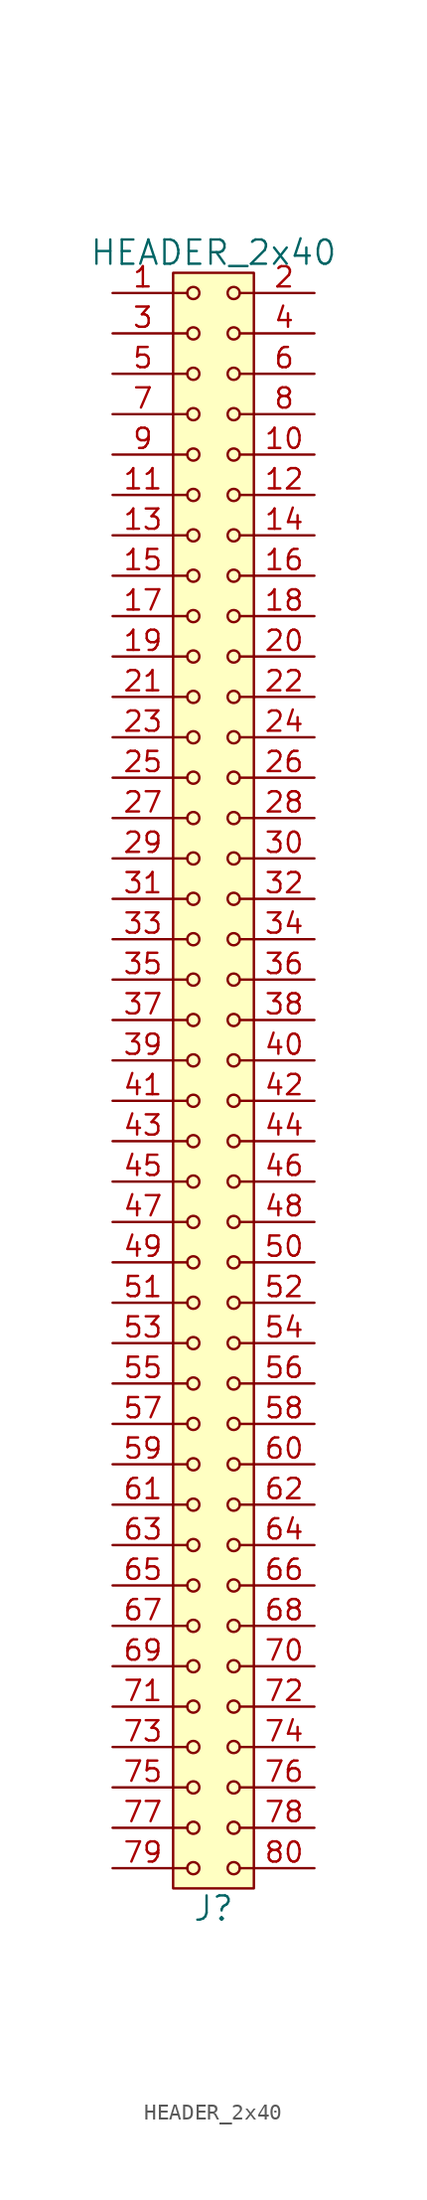
<source format=kicad_sym>
(kicad_symbol_lib
  (version 20211014)
  (generator kicad_symbol_editor)
  (symbol "HEADER_2x40"
    (pin_names
      (offset 1.016))
    (property "Reference" "J"
      (at 0 -52.07 0)
      (effects (font (size 1.524 1.524))))
    (property "Value" "HEADER_2x40"
      (at 0 52.07 0)
      (effects (font (size 1.524 1.524))))
    (property "Footprint" ""
      (at 0 49.53 0)
      (effects (font (size 1.524 1.524))))
    (property "Datasheet" ""
      (at 0 49.53 0)
      (effects (font (size 1.524 1.524))))
    (symbol "HEADER_2x40_0_1"
      (rectangle (start -2.54 50.8) (end 2.54 -50.8) (stroke (width 0) (type default) (color 0 0 0 0)) (fill (type background)))
      (circle (center -1.27 -49.53) (radius 0.381) (stroke (width 0) (type default) (color 0 0 0 0)) (fill (type none)))
      (circle (center -1.27 -46.99) (radius 0.381) (stroke (width 0) (type default) (color 0 0 0 0)) (fill (type none)))
      (circle (center -1.27 -44.45) (radius 0.381) (stroke (width 0) (type default) (color 0 0 0 0)) (fill (type none)))
      (circle (center -1.27 -41.91) (radius 0.381) (stroke (width 0) (type default) (color 0 0 0 0)) (fill (type none)))
      (circle (center -1.27 -39.37) (radius 0.381) (stroke (width 0) (type default) (color 0 0 0 0)) (fill (type none)))
      (circle (center -1.27 -36.83) (radius 0.381) (stroke (width 0) (type default) (color 0 0 0 0)) (fill (type none)))
      (circle (center -1.27 -34.29) (radius 0.381) (stroke (width 0) (type default) (color 0 0 0 0)) (fill (type none)))
      (circle (center -1.27 -31.75) (radius 0.381) (stroke (width 0) (type default) (color 0 0 0 0)) (fill (type none)))
      (circle (center -1.27 -29.21) (radius 0.381) (stroke (width 0) (type default) (color 0 0 0 0)) (fill (type none)))
      (circle (center -1.27 -26.67) (radius 0.381) (stroke (width 0) (type default) (color 0 0 0 0)) (fill (type none)))
      (circle (center -1.27 -24.13) (radius 0.381) (stroke (width 0) (type default) (color 0 0 0 0)) (fill (type none)))
      (circle (center -1.27 -21.59) (radius 0.381) (stroke (width 0) (type default) (color 0 0 0 0)) (fill (type none)))
      (circle (center -1.27 -19.05) (radius 0.381) (stroke (width 0) (type default) (color 0 0 0 0)) (fill (type none)))
      (circle (center -1.27 -16.51) (radius 0.381) (stroke (width 0) (type default) (color 0 0 0 0)) (fill (type none)))
      (circle (center -1.27 -13.97) (radius 0.381) (stroke (width 0) (type default) (color 0 0 0 0)) (fill (type none)))
      (circle (center -1.27 -11.43) (radius 0.381) (stroke (width 0) (type default) (color 0 0 0 0)) (fill (type none)))
      (circle (center -1.27 -8.89) (radius 0.381) (stroke (width 0) (type default) (color 0 0 0 0)) (fill (type none)))
      (circle (center -1.27 -6.35) (radius 0.381) (stroke (width 0) (type default) (color 0 0 0 0)) (fill (type none)))
      (circle (center -1.27 -3.81) (radius 0.381) (stroke (width 0) (type default) (color 0 0 0 0)) (fill (type none)))
      (circle (center -1.27 -1.27) (radius 0.381) (stroke (width 0) (type default) (color 0 0 0 0)) (fill (type none)))
      (circle (center -1.27 1.27) (radius 0.381) (stroke (width 0) (type default) (color 0 0 0 0)) (fill (type none)))
      (circle (center -1.27 3.81) (radius 0.381) (stroke (width 0) (type default) (color 0 0 0 0)) (fill (type none)))
      (circle (center -1.27 6.35) (radius 0.381) (stroke (width 0) (type default) (color 0 0 0 0)) (fill (type none)))
      (circle (center -1.27 8.89) (radius 0.381) (stroke (width 0) (type default) (color 0 0 0 0)) (fill (type none)))
      (circle (center -1.27 11.43) (radius 0.381) (stroke (width 0) (type default) (color 0 0 0 0)) (fill (type none)))
      (circle (center -1.27 13.97) (radius 0.381) (stroke (width 0) (type default) (color 0 0 0 0)) (fill (type none)))
      (circle (center -1.27 16.51) (radius 0.381) (stroke (width 0) (type default) (color 0 0 0 0)) (fill (type none)))
      (circle (center -1.27 19.05) (radius 0.381) (stroke (width 0) (type default) (color 0 0 0 0)) (fill (type none)))
      (circle (center -1.27 21.59) (radius 0.381) (stroke (width 0) (type default) (color 0 0 0 0)) (fill (type none)))
      (circle (center -1.27 24.13) (radius 0.381) (stroke (width 0) (type default) (color 0 0 0 0)) (fill (type none)))
      (circle (center -1.27 26.67) (radius 0.381) (stroke (width 0) (type default) (color 0 0 0 0)) (fill (type none)))
      (circle (center -1.27 29.21) (radius 0.381) (stroke (width 0) (type default) (color 0 0 0 0)) (fill (type none)))
      (circle (center -1.27 31.75) (radius 0.381) (stroke (width 0) (type default) (color 0 0 0 0)) (fill (type none)))
      (circle (center -1.27 34.29) (radius 0.381) (stroke (width 0) (type default) (color 0 0 0 0)) (fill (type none)))
      (circle (center -1.27 36.83) (radius 0.381) (stroke (width 0) (type default) (color 0 0 0 0)) (fill (type none)))
      (circle (center -1.27 39.37) (radius 0.381) (stroke (width 0) (type default) (color 0 0 0 0)) (fill (type none)))
      (circle (center -1.27 41.91) (radius 0.381) (stroke (width 0) (type default) (color 0 0 0 0)) (fill (type none)))
      (circle (center -1.27 44.45) (radius 0.381) (stroke (width 0) (type default) (color 0 0 0 0)) (fill (type none)))
      (circle (center -1.27 46.99) (radius 0.381) (stroke (width 0) (type default) (color 0 0 0 0)) (fill (type none)))
      (circle (center -1.27 49.53) (radius 0.381) (stroke (width 0) (type default) (color 0 0 0 0)) (fill (type none)))
      (polyline (pts (xy -1.651 -49.53) (xy -2.54 -49.53)) (stroke (width 0) (type default) (color 0 0 0 0)) (fill (type none)))
      (polyline (pts (xy -1.651 -46.99) (xy -2.54 -46.99)) (stroke (width 0) (type default) (color 0 0 0 0)) (fill (type none)))
      (polyline (pts (xy -1.651 -44.45) (xy -2.54 -44.45)) (stroke (width 0) (type default) (color 0 0 0 0)) (fill (type none)))
      (polyline (pts (xy -1.651 -41.91) (xy -2.54 -41.91)) (stroke (width 0) (type default) (color 0 0 0 0)) (fill (type none)))
      (polyline (pts (xy -1.651 -39.37) (xy -2.54 -39.37)) (stroke (width 0) (type default) (color 0 0 0 0)) (fill (type none)))
      (polyline (pts (xy -1.651 -36.83) (xy -2.54 -36.83)) (stroke (width 0) (type default) (color 0 0 0 0)) (fill (type none)))
      (polyline (pts (xy -1.651 -34.29) (xy -2.54 -34.29)) (stroke (width 0) (type default) (color 0 0 0 0)) (fill (type none)))
      (polyline (pts (xy -1.651 -31.75) (xy -2.54 -31.75)) (stroke (width 0) (type default) (color 0 0 0 0)) (fill (type none)))
      (polyline (pts (xy -1.651 -29.21) (xy -2.54 -29.21)) (stroke (width 0) (type default) (color 0 0 0 0)) (fill (type none)))
      (polyline (pts (xy -1.651 -26.67) (xy -2.54 -26.67)) (stroke (width 0) (type default) (color 0 0 0 0)) (fill (type none)))
      (polyline (pts (xy -1.651 -24.13) (xy -2.54 -24.13)) (stroke (width 0) (type default) (color 0 0 0 0)) (fill (type none)))
      (polyline (pts (xy -1.651 -21.59) (xy -2.54 -21.59)) (stroke (width 0) (type default) (color 0 0 0 0)) (fill (type none)))
      (polyline (pts (xy -1.651 -19.05) (xy -2.54 -19.05)) (stroke (width 0) (type default) (color 0 0 0 0)) (fill (type none)))
      (polyline (pts (xy -1.651 -16.51) (xy -2.54 -16.51)) (stroke (width 0) (type default) (color 0 0 0 0)) (fill (type none)))
      (polyline (pts (xy -1.651 -13.97) (xy -2.54 -13.97)) (stroke (width 0) (type default) (color 0 0 0 0)) (fill (type none)))
      (polyline (pts (xy -1.651 -11.43) (xy -2.54 -11.43)) (stroke (width 0) (type default) (color 0 0 0 0)) (fill (type none)))
      (polyline (pts (xy -1.651 -8.89) (xy -2.54 -8.89)) (stroke (width 0) (type default) (color 0 0 0 0)) (fill (type none)))
      (polyline (pts (xy -1.651 -6.35) (xy -2.54 -6.35)) (stroke (width 0) (type default) (color 0 0 0 0)) (fill (type none)))
      (polyline (pts (xy -1.651 -3.81) (xy -2.54 -3.81)) (stroke (width 0) (type default) (color 0 0 0 0)) (fill (type none)))
      (polyline (pts (xy -1.651 -1.27) (xy -2.54 -1.27)) (stroke (width 0) (type default) (color 0 0 0 0)) (fill (type none)))
      (polyline (pts (xy -1.651 1.27) (xy -2.54 1.27)) (stroke (width 0) (type default) (color 0 0 0 0)) (fill (type none)))
      (polyline (pts (xy -1.651 3.81) (xy -2.54 3.81)) (stroke (width 0) (type default) (color 0 0 0 0)) (fill (type none)))
      (polyline (pts (xy -1.651 6.35) (xy -2.54 6.35)) (stroke (width 0) (type default) (color 0 0 0 0)) (fill (type none)))
      (polyline (pts (xy -1.651 8.89) (xy -2.54 8.89)) (stroke (width 0) (type default) (color 0 0 0 0)) (fill (type none)))
      (polyline (pts (xy -1.651 11.43) (xy -2.54 11.43)) (stroke (width 0) (type default) (color 0 0 0 0)) (fill (type none)))
      (polyline (pts (xy -1.651 13.97) (xy -2.54 13.97)) (stroke (width 0) (type default) (color 0 0 0 0)) (fill (type none)))
      (polyline (pts (xy -1.651 16.51) (xy -2.54 16.51)) (stroke (width 0) (type default) (color 0 0 0 0)) (fill (type none)))
      (polyline (pts (xy -1.651 19.05) (xy -2.54 19.05)) (stroke (width 0) (type default) (color 0 0 0 0)) (fill (type none)))
      (polyline (pts (xy -1.651 21.59) (xy -2.54 21.59)) (stroke (width 0) (type default) (color 0 0 0 0)) (fill (type none)))
      (polyline (pts (xy -1.651 24.13) (xy -2.54 24.13)) (stroke (width 0) (type default) (color 0 0 0 0)) (fill (type none)))
      (polyline (pts (xy -1.651 26.67) (xy -2.54 26.67)) (stroke (width 0) (type default) (color 0 0 0 0)) (fill (type none)))
      (polyline (pts (xy -1.651 29.21) (xy -2.54 29.21)) (stroke (width 0) (type default) (color 0 0 0 0)) (fill (type none)))
      (polyline (pts (xy -1.651 31.75) (xy -2.54 31.75)) (stroke (width 0) (type default) (color 0 0 0 0)) (fill (type none)))
      (polyline (pts (xy -1.651 34.29) (xy -2.54 34.29)) (stroke (width 0) (type default) (color 0 0 0 0)) (fill (type none)))
      (polyline (pts (xy -1.651 36.83) (xy -2.54 36.83)) (stroke (width 0) (type default) (color 0 0 0 0)) (fill (type none)))
      (polyline (pts (xy -1.651 39.37) (xy -2.54 39.37)) (stroke (width 0) (type default) (color 0 0 0 0)) (fill (type none)))
      (polyline (pts (xy -1.651 41.91) (xy -2.54 41.91)) (stroke (width 0) (type default) (color 0 0 0 0)) (fill (type none)))
      (polyline (pts (xy -1.651 44.45) (xy -2.54 44.45)) (stroke (width 0) (type default) (color 0 0 0 0)) (fill (type none)))
      (polyline (pts (xy -1.651 46.99) (xy -2.54 46.99)) (stroke (width 0) (type default) (color 0 0 0 0)) (fill (type none)))
      (polyline (pts (xy -1.651 49.53) (xy -2.54 49.53)) (stroke (width 0) (type default) (color 0 0 0 0)) (fill (type none)))
      (polyline (pts (xy 1.651 -49.53) (xy 2.54 -49.53)) (stroke (width 0) (type default) (color 0 0 0 0)) (fill (type none)))
      (polyline (pts (xy 1.651 -46.99) (xy 2.54 -46.99)) (stroke (width 0) (type default) (color 0 0 0 0)) (fill (type none)))
      (polyline (pts (xy 1.651 -44.45) (xy 2.54 -44.45)) (stroke (width 0) (type default) (color 0 0 0 0)) (fill (type none)))
      (polyline (pts (xy 1.651 -41.91) (xy 2.54 -41.91)) (stroke (width 0) (type default) (color 0 0 0 0)) (fill (type none)))
      (polyline (pts (xy 1.651 -39.37) (xy 2.54 -39.37)) (stroke (width 0) (type default) (color 0 0 0 0)) (fill (type none)))
      (polyline (pts (xy 1.651 -36.83) (xy 2.54 -36.83)) (stroke (width 0) (type default) (color 0 0 0 0)) (fill (type none)))
      (polyline (pts (xy 1.651 -34.29) (xy 2.54 -34.29)) (stroke (width 0) (type default) (color 0 0 0 0)) (fill (type none)))
      (polyline (pts (xy 1.651 -31.75) (xy 2.54 -31.75)) (stroke (width 0) (type default) (color 0 0 0 0)) (fill (type none)))
      (polyline (pts (xy 1.651 -29.21) (xy 2.54 -29.21)) (stroke (width 0) (type default) (color 0 0 0 0)) (fill (type none)))
      (polyline (pts (xy 1.651 -26.67) (xy 2.54 -26.67)) (stroke (width 0) (type default) (color 0 0 0 0)) (fill (type none)))
      (polyline (pts (xy 1.651 -24.13) (xy 2.54 -24.13)) (stroke (width 0) (type default) (color 0 0 0 0)) (fill (type none)))
      (polyline (pts (xy 1.651 -21.59) (xy 2.54 -21.59)) (stroke (width 0) (type default) (color 0 0 0 0)) (fill (type none)))
      (polyline (pts (xy 1.651 -19.05) (xy 2.54 -19.05)) (stroke (width 0) (type default) (color 0 0 0 0)) (fill (type none)))
      (polyline (pts (xy 1.651 -16.51) (xy 2.54 -16.51)) (stroke (width 0) (type default) (color 0 0 0 0)) (fill (type none)))
      (polyline (pts (xy 1.651 -13.97) (xy 2.54 -13.97)) (stroke (width 0) (type default) (color 0 0 0 0)) (fill (type none)))
      (polyline (pts (xy 1.651 -11.43) (xy 2.54 -11.43)) (stroke (width 0) (type default) (color 0 0 0 0)) (fill (type none)))
      (polyline (pts (xy 1.651 -8.89) (xy 2.54 -8.89)) (stroke (width 0) (type default) (color 0 0 0 0)) (fill (type none)))
      (polyline (pts (xy 1.651 -6.35) (xy 2.54 -6.35)) (stroke (width 0) (type default) (color 0 0 0 0)) (fill (type none)))
      (polyline (pts (xy 1.651 -3.81) (xy 2.54 -3.81)) (stroke (width 0) (type default) (color 0 0 0 0)) (fill (type none)))
      (polyline (pts (xy 1.651 -1.27) (xy 2.54 -1.27)) (stroke (width 0) (type default) (color 0 0 0 0)) (fill (type none)))
      (polyline (pts (xy 1.651 1.27) (xy 2.54 1.27)) (stroke (width 0) (type default) (color 0 0 0 0)) (fill (type none)))
      (polyline (pts (xy 1.651 3.81) (xy 2.54 3.81)) (stroke (width 0) (type default) (color 0 0 0 0)) (fill (type none)))
      (polyline (pts (xy 1.651 6.35) (xy 2.54 6.35)) (stroke (width 0) (type default) (color 0 0 0 0)) (fill (type none)))
      (polyline (pts (xy 1.651 8.89) (xy 2.54 8.89)) (stroke (width 0) (type default) (color 0 0 0 0)) (fill (type none)))
      (polyline (pts (xy 1.651 11.43) (xy 2.54 11.43)) (stroke (width 0) (type default) (color 0 0 0 0)) (fill (type none)))
      (polyline (pts (xy 1.651 13.97) (xy 2.54 13.97)) (stroke (width 0) (type default) (color 0 0 0 0)) (fill (type none)))
      (polyline (pts (xy 1.651 16.51) (xy 2.54 16.51)) (stroke (width 0) (type default) (color 0 0 0 0)) (fill (type none)))
      (polyline (pts (xy 1.651 19.05) (xy 2.54 19.05)) (stroke (width 0) (type default) (color 0 0 0 0)) (fill (type none)))
      (polyline (pts (xy 1.651 21.59) (xy 2.54 21.59)) (stroke (width 0) (type default) (color 0 0 0 0)) (fill (type none)))
      (polyline (pts (xy 1.651 24.13) (xy 2.54 24.13)) (stroke (width 0) (type default) (color 0 0 0 0)) (fill (type none)))
      (polyline (pts (xy 1.651 26.67) (xy 2.54 26.67)) (stroke (width 0) (type default) (color 0 0 0 0)) (fill (type none)))
      (polyline (pts (xy 1.651 29.21) (xy 2.54 29.21)) (stroke (width 0) (type default) (color 0 0 0 0)) (fill (type none)))
      (polyline (pts (xy 1.651 31.75) (xy 2.54 31.75)) (stroke (width 0) (type default) (color 0 0 0 0)) (fill (type none)))
      (polyline (pts (xy 1.651 34.29) (xy 2.54 34.29)) (stroke (width 0) (type default) (color 0 0 0 0)) (fill (type none)))
      (polyline (pts (xy 1.651 36.83) (xy 2.54 36.83)) (stroke (width 0) (type default) (color 0 0 0 0)) (fill (type none)))
      (polyline (pts (xy 1.651 39.37) (xy 2.54 39.37)) (stroke (width 0) (type default) (color 0 0 0 0)) (fill (type none)))
      (polyline (pts (xy 1.651 41.91) (xy 2.54 41.91)) (stroke (width 0) (type default) (color 0 0 0 0)) (fill (type none)))
      (polyline (pts (xy 1.651 44.45) (xy 2.54 44.45)) (stroke (width 0) (type default) (color 0 0 0 0)) (fill (type none)))
      (polyline (pts (xy 1.651 46.99) (xy 2.54 46.99)) (stroke (width 0) (type default) (color 0 0 0 0)) (fill (type none)))
      (polyline (pts (xy 1.651 49.53) (xy 2.54 49.53)) (stroke (width 0) (type default) (color 0 0 0 0)) (fill (type none)))
      (circle (center 1.27 -49.53) (radius 0.381) (stroke (width 0) (type default) (color 0 0 0 0)) (fill (type none)))
      (circle (center 1.27 -46.99) (radius 0.381) (stroke (width 0) (type default) (color 0 0 0 0)) (fill (type none)))
      (circle (center 1.27 -44.45) (radius 0.381) (stroke (width 0) (type default) (color 0 0 0 0)) (fill (type none)))
      (circle (center 1.27 -41.91) (radius 0.381) (stroke (width 0) (type default) (color 0 0 0 0)) (fill (type none)))
      (circle (center 1.27 -39.37) (radius 0.381) (stroke (width 0) (type default) (color 0 0 0 0)) (fill (type none)))
      (circle (center 1.27 -36.83) (radius 0.381) (stroke (width 0) (type default) (color 0 0 0 0)) (fill (type none)))
      (circle (center 1.27 -34.29) (radius 0.381) (stroke (width 0) (type default) (color 0 0 0 0)) (fill (type none)))
      (circle (center 1.27 -31.75) (radius 0.381) (stroke (width 0) (type default) (color 0 0 0 0)) (fill (type none)))
      (circle (center 1.27 -29.21) (radius 0.381) (stroke (width 0) (type default) (color 0 0 0 0)) (fill (type none)))
      (circle (center 1.27 -26.67) (radius 0.381) (stroke (width 0) (type default) (color 0 0 0 0)) (fill (type none)))
      (circle (center 1.27 -24.13) (radius 0.381) (stroke (width 0) (type default) (color 0 0 0 0)) (fill (type none)))
      (circle (center 1.27 -21.59) (radius 0.381) (stroke (width 0) (type default) (color 0 0 0 0)) (fill (type none)))
      (circle (center 1.27 -19.05) (radius 0.381) (stroke (width 0) (type default) (color 0 0 0 0)) (fill (type none)))
      (circle (center 1.27 -16.51) (radius 0.381) (stroke (width 0) (type default) (color 0 0 0 0)) (fill (type none)))
      (circle (center 1.27 -13.97) (radius 0.381) (stroke (width 0) (type default) (color 0 0 0 0)) (fill (type none)))
      (circle (center 1.27 -11.43) (radius 0.381) (stroke (width 0) (type default) (color 0 0 0 0)) (fill (type none)))
      (circle (center 1.27 -8.89) (radius 0.381) (stroke (width 0) (type default) (color 0 0 0 0)) (fill (type none)))
      (circle (center 1.27 -6.35) (radius 0.381) (stroke (width 0) (type default) (color 0 0 0 0)) (fill (type none)))
      (circle (center 1.27 -3.81) (radius 0.381) (stroke (width 0) (type default) (color 0 0 0 0)) (fill (type none)))
      (circle (center 1.27 -1.27) (radius 0.381) (stroke (width 0) (type default) (color 0 0 0 0)) (fill (type none)))
      (circle (center 1.27 1.27) (radius 0.381) (stroke (width 0) (type default) (color 0 0 0 0)) (fill (type none)))
      (circle (center 1.27 3.81) (radius 0.381) (stroke (width 0) (type default) (color 0 0 0 0)) (fill (type none)))
      (circle (center 1.27 6.35) (radius 0.381) (stroke (width 0) (type default) (color 0 0 0 0)) (fill (type none)))
      (circle (center 1.27 8.89) (radius 0.381) (stroke (width 0) (type default) (color 0 0 0 0)) (fill (type none)))
      (circle (center 1.27 11.43) (radius 0.381) (stroke (width 0) (type default) (color 0 0 0 0)) (fill (type none)))
      (circle (center 1.27 13.97) (radius 0.381) (stroke (width 0) (type default) (color 0 0 0 0)) (fill (type none)))
      (circle (center 1.27 16.51) (radius 0.381) (stroke (width 0) (type default) (color 0 0 0 0)) (fill (type none)))
      (circle (center 1.27 19.05) (radius 0.381) (stroke (width 0) (type default) (color 0 0 0 0)) (fill (type none)))
      (circle (center 1.27 21.59) (radius 0.381) (stroke (width 0) (type default) (color 0 0 0 0)) (fill (type none)))
      (circle (center 1.27 24.13) (radius 0.381) (stroke (width 0) (type default) (color 0 0 0 0)) (fill (type none)))
      (circle (center 1.27 26.67) (radius 0.381) (stroke (width 0) (type default) (color 0 0 0 0)) (fill (type none)))
      (circle (center 1.27 29.21) (radius 0.381) (stroke (width 0) (type default) (color 0 0 0 0)) (fill (type none)))
      (circle (center 1.27 31.75) (radius 0.381) (stroke (width 0) (type default) (color 0 0 0 0)) (fill (type none)))
      (circle (center 1.27 34.29) (radius 0.381) (stroke (width 0) (type default) (color 0 0 0 0)) (fill (type none)))
      (circle (center 1.27 36.83) (radius 0.381) (stroke (width 0) (type default) (color 0 0 0 0)) (fill (type none)))
      (circle (center 1.27 39.37) (radius 0.381) (stroke (width 0) (type default) (color 0 0 0 0)) (fill (type none)))
      (circle (center 1.27 41.91) (radius 0.381) (stroke (width 0) (type default) (color 0 0 0 0)) (fill (type none)))
      (circle (center 1.27 44.45) (radius 0.381) (stroke (width 0) (type default) (color 0 0 0 0)) (fill (type none)))
      (circle (center 1.27 46.99) (radius 0.381) (stroke (width 0) (type default) (color 0 0 0 0)) (fill (type none)))
      (circle (center 1.27 49.53) (radius 0.381) (stroke (width 0) (type default) (color 0 0 0 0)) (fill (type none))))
    (symbol "HEADER_2x40_1_1"
      (pin input line (at -6.35 49.53 0) (length 3.81) (name "~" (effects (font (size 1.27 1.27)))) (number "1" (effects (font (size 1.27 1.27)))))
      (pin input line (at 6.35 39.37 180) (length 3.81) (name "~" (effects (font (size 1.27 1.27)))) (number "10" (effects (font (size 1.27 1.27)))))
      (pin input line (at -6.35 36.83 0) (length 3.81) (name "~" (effects (font (size 1.27 1.27)))) (number "11" (effects (font (size 1.27 1.27)))))
      (pin input line (at 6.35 36.83 180) (length 3.81) (name "~" (effects (font (size 1.27 1.27)))) (number "12" (effects (font (size 1.27 1.27)))))
      (pin input line (at -6.35 34.29 0) (length 3.81) (name "~" (effects (font (size 1.27 1.27)))) (number "13" (effects (font (size 1.27 1.27)))))
      (pin input line (at 6.35 34.29 180) (length 3.81) (name "~" (effects (font (size 1.27 1.27)))) (number "14" (effects (font (size 1.27 1.27)))))
      (pin input line (at -6.35 31.75 0) (length 3.81) (name "~" (effects (font (size 1.27 1.27)))) (number "15" (effects (font (size 1.27 1.27)))))
      (pin input line (at 6.35 31.75 180) (length 3.81) (name "~" (effects (font (size 1.27 1.27)))) (number "16" (effects (font (size 1.27 1.27)))))
      (pin input line (at -6.35 29.21 0) (length 3.81) (name "~" (effects (font (size 1.27 1.27)))) (number "17" (effects (font (size 1.27 1.27)))))
      (pin input line (at 6.35 29.21 180) (length 3.81) (name "~" (effects (font (size 1.27 1.27)))) (number "18" (effects (font (size 1.27 1.27)))))
      (pin input line (at -6.35 26.67 0) (length 3.81) (name "~" (effects (font (size 1.27 1.27)))) (number "19" (effects (font (size 1.27 1.27)))))
      (pin input line (at 6.35 49.53 180) (length 3.81) (name "~" (effects (font (size 1.27 1.27)))) (number "2" (effects (font (size 1.27 1.27)))))
      (pin input line (at 6.35 26.67 180) (length 3.81) (name "~" (effects (font (size 1.27 1.27)))) (number "20" (effects (font (size 1.27 1.27)))))
      (pin input line (at -6.35 24.13 0) (length 3.81) (name "~" (effects (font (size 1.27 1.27)))) (number "21" (effects (font (size 1.27 1.27)))))
      (pin input line (at 6.35 24.13 180) (length 3.81) (name "~" (effects (font (size 1.27 1.27)))) (number "22" (effects (font (size 1.27 1.27)))))
      (pin input line (at -6.35 21.59 0) (length 3.81) (name "~" (effects (font (size 1.27 1.27)))) (number "23" (effects (font (size 1.27 1.27)))))
      (pin input line (at 6.35 21.59 180) (length 3.81) (name "~" (effects (font (size 1.27 1.27)))) (number "24" (effects (font (size 1.27 1.27)))))
      (pin input line (at -6.35 19.05 0) (length 3.81) (name "~" (effects (font (size 1.27 1.27)))) (number "25" (effects (font (size 1.27 1.27)))))
      (pin input line (at 6.35 19.05 180) (length 3.81) (name "~" (effects (font (size 1.27 1.27)))) (number "26" (effects (font (size 1.27 1.27)))))
      (pin input line (at -6.35 16.51 0) (length 3.81) (name "~" (effects (font (size 1.27 1.27)))) (number "27" (effects (font (size 1.27 1.27)))))
      (pin input line (at 6.35 16.51 180) (length 3.81) (name "~" (effects (font (size 1.27 1.27)))) (number "28" (effects (font (size 1.27 1.27)))))
      (pin input line (at -6.35 13.97 0) (length 3.81) (name "~" (effects (font (size 1.27 1.27)))) (number "29" (effects (font (size 1.27 1.27)))))
      (pin input line (at -6.35 46.99 0) (length 3.81) (name "~" (effects (font (size 1.27 1.27)))) (number "3" (effects (font (size 1.27 1.27)))))
      (pin input line (at 6.35 13.97 180) (length 3.81) (name "~" (effects (font (size 1.27 1.27)))) (number "30" (effects (font (size 1.27 1.27)))))
      (pin input line (at -6.35 11.43 0) (length 3.81) (name "~" (effects (font (size 1.27 1.27)))) (number "31" (effects (font (size 1.27 1.27)))))
      (pin input line (at 6.35 11.43 180) (length 3.81) (name "~" (effects (font (size 1.27 1.27)))) (number "32" (effects (font (size 1.27 1.27)))))
      (pin input line (at -6.35 8.89 0) (length 3.81) (name "~" (effects (font (size 1.27 1.27)))) (number "33" (effects (font (size 1.27 1.27)))))
      (pin input line (at 6.35 8.89 180) (length 3.81) (name "~" (effects (font (size 1.27 1.27)))) (number "34" (effects (font (size 1.27 1.27)))))
      (pin input line (at -6.35 6.35 0) (length 3.81) (name "~" (effects (font (size 1.27 1.27)))) (number "35" (effects (font (size 1.27 1.27)))))
      (pin input line (at 6.35 6.35 180) (length 3.81) (name "~" (effects (font (size 1.27 1.27)))) (number "36" (effects (font (size 1.27 1.27)))))
      (pin input line (at -6.35 3.81 0) (length 3.81) (name "~" (effects (font (size 1.27 1.27)))) (number "37" (effects (font (size 1.27 1.27)))))
      (pin input line (at 6.35 3.81 180) (length 3.81) (name "~" (effects (font (size 1.27 1.27)))) (number "38" (effects (font (size 1.27 1.27)))))
      (pin input line (at -6.35 1.27 0) (length 3.81) (name "~" (effects (font (size 1.27 1.27)))) (number "39" (effects (font (size 1.27 1.27)))))
      (pin input line (at 6.35 46.99 180) (length 3.81) (name "~" (effects (font (size 1.27 1.27)))) (number "4" (effects (font (size 1.27 1.27)))))
      (pin input line (at 6.35 1.27 180) (length 3.81) (name "~" (effects (font (size 1.27 1.27)))) (number "40" (effects (font (size 1.27 1.27)))))
      (pin input line (at -6.35 -1.27 0) (length 3.81) (name "~" (effects (font (size 1.27 1.27)))) (number "41" (effects (font (size 1.27 1.27)))))
      (pin input line (at 6.35 -1.27 180) (length 3.81) (name "~" (effects (font (size 1.27 1.27)))) (number "42" (effects (font (size 1.27 1.27)))))
      (pin input line (at -6.35 -3.81 0) (length 3.81) (name "~" (effects (font (size 1.27 1.27)))) (number "43" (effects (font (size 1.27 1.27)))))
      (pin input line (at 6.35 -3.81 180) (length 3.81) (name "~" (effects (font (size 1.27 1.27)))) (number "44" (effects (font (size 1.27 1.27)))))
      (pin input line (at -6.35 -6.35 0) (length 3.81) (name "~" (effects (font (size 1.27 1.27)))) (number "45" (effects (font (size 1.27 1.27)))))
      (pin input line (at 6.35 -6.35 180) (length 3.81) (name "~" (effects (font (size 1.27 1.27)))) (number "46" (effects (font (size 1.27 1.27)))))
      (pin input line (at -6.35 -8.89 0) (length 3.81) (name "~" (effects (font (size 1.27 1.27)))) (number "47" (effects (font (size 1.27 1.27)))))
      (pin input line (at 6.35 -8.89 180) (length 3.81) (name "~" (effects (font (size 1.27 1.27)))) (number "48" (effects (font (size 1.27 1.27)))))
      (pin input line (at -6.35 -11.43 0) (length 3.81) (name "~" (effects (font (size 1.27 1.27)))) (number "49" (effects (font (size 1.27 1.27)))))
      (pin input line (at -6.35 44.45 0) (length 3.81) (name "~" (effects (font (size 1.27 1.27)))) (number "5" (effects (font (size 1.27 1.27)))))
      (pin input line (at 6.35 -11.43 180) (length 3.81) (name "~" (effects (font (size 1.27 1.27)))) (number "50" (effects (font (size 1.27 1.27)))))
      (pin input line (at -6.35 -13.97 0) (length 3.81) (name "~" (effects (font (size 1.27 1.27)))) (number "51" (effects (font (size 1.27 1.27)))))
      (pin input line (at 6.35 -13.97 180) (length 3.81) (name "~" (effects (font (size 1.27 1.27)))) (number "52" (effects (font (size 1.27 1.27)))))
      (pin input line (at -6.35 -16.51 0) (length 3.81) (name "~" (effects (font (size 1.27 1.27)))) (number "53" (effects (font (size 1.27 1.27)))))
      (pin input line (at 6.35 -16.51 180) (length 3.81) (name "~" (effects (font (size 1.27 1.27)))) (number "54" (effects (font (size 1.27 1.27)))))
      (pin input line (at -6.35 -19.05 0) (length 3.81) (name "~" (effects (font (size 1.27 1.27)))) (number "55" (effects (font (size 1.27 1.27)))))
      (pin input line (at 6.35 -19.05 180) (length 3.81) (name "~" (effects (font (size 1.27 1.27)))) (number "56" (effects (font (size 1.27 1.27)))))
      (pin input line (at -6.35 -21.59 0) (length 3.81) (name "~" (effects (font (size 1.27 1.27)))) (number "57" (effects (font (size 1.27 1.27)))))
      (pin input line (at 6.35 -21.59 180) (length 3.81) (name "~" (effects (font (size 1.27 1.27)))) (number "58" (effects (font (size 1.27 1.27)))))
      (pin input line (at -6.35 -24.13 0) (length 3.81) (name "~" (effects (font (size 1.27 1.27)))) (number "59" (effects (font (size 1.27 1.27)))))
      (pin input line (at 6.35 44.45 180) (length 3.81) (name "~" (effects (font (size 1.27 1.27)))) (number "6" (effects (font (size 1.27 1.27)))))
      (pin input line (at 6.35 -24.13 180) (length 3.81) (name "~" (effects (font (size 1.27 1.27)))) (number "60" (effects (font (size 1.27 1.27)))))
      (pin input line (at -6.35 -26.67 0) (length 3.81) (name "~" (effects (font (size 1.27 1.27)))) (number "61" (effects (font (size 1.27 1.27)))))
      (pin input line (at 6.35 -26.67 180) (length 3.81) (name "~" (effects (font (size 1.27 1.27)))) (number "62" (effects (font (size 1.27 1.27)))))
      (pin input line (at -6.35 -29.21 0) (length 3.81) (name "~" (effects (font (size 1.27 1.27)))) (number "63" (effects (font (size 1.27 1.27)))))
      (pin input line (at 6.35 -29.21 180) (length 3.81) (name "~" (effects (font (size 1.27 1.27)))) (number "64" (effects (font (size 1.27 1.27)))))
      (pin input line (at -6.35 -31.75 0) (length 3.81) (name "~" (effects (font (size 1.27 1.27)))) (number "65" (effects (font (size 1.27 1.27)))))
      (pin input line (at 6.35 -31.75 180) (length 3.81) (name "~" (effects (font (size 1.27 1.27)))) (number "66" (effects (font (size 1.27 1.27)))))
      (pin input line (at -6.35 -34.29 0) (length 3.81) (name "~" (effects (font (size 1.27 1.27)))) (number "67" (effects (font (size 1.27 1.27)))))
      (pin input line (at 6.35 -34.29 180) (length 3.81) (name "~" (effects (font (size 1.27 1.27)))) (number "68" (effects (font (size 1.27 1.27)))))
      (pin input line (at -6.35 -36.83 0) (length 3.81) (name "~" (effects (font (size 1.27 1.27)))) (number "69" (effects (font (size 1.27 1.27)))))
      (pin input line (at -6.35 41.91 0) (length 3.81) (name "~" (effects (font (size 1.27 1.27)))) (number "7" (effects (font (size 1.27 1.27)))))
      (pin input line (at 6.35 -36.83 180) (length 3.81) (name "~" (effects (font (size 1.27 1.27)))) (number "70" (effects (font (size 1.27 1.27)))))
      (pin input line (at -6.35 -39.37 0) (length 3.81) (name "~" (effects (font (size 1.27 1.27)))) (number "71" (effects (font (size 1.27 1.27)))))
      (pin input line (at 6.35 -39.37 180) (length 3.81) (name "~" (effects (font (size 1.27 1.27)))) (number "72" (effects (font (size 1.27 1.27)))))
      (pin input line (at -6.35 -41.91 0) (length 3.81) (name "~" (effects (font (size 1.27 1.27)))) (number "73" (effects (font (size 1.27 1.27)))))
      (pin input line (at 6.35 -41.91 180) (length 3.81) (name "~" (effects (font (size 1.27 1.27)))) (number "74" (effects (font (size 1.27 1.27)))))
      (pin input line (at -6.35 -44.45 0) (length 3.81) (name "~" (effects (font (size 1.27 1.27)))) (number "75" (effects (font (size 1.27 1.27)))))
      (pin input line (at 6.35 -44.45 180) (length 3.81) (name "~" (effects (font (size 1.27 1.27)))) (number "76" (effects (font (size 1.27 1.27)))))
      (pin input line (at -6.35 -46.99 0) (length 3.81) (name "~" (effects (font (size 1.27 1.27)))) (number "77" (effects (font (size 1.27 1.27)))))
      (pin input line (at 6.35 -46.99 180) (length 3.81) (name "~" (effects (font (size 1.27 1.27)))) (number "78" (effects (font (size 1.27 1.27)))))
      (pin input line (at -6.35 -49.53 0) (length 3.81) (name "~" (effects (font (size 1.27 1.27)))) (number "79" (effects (font (size 1.27 1.27)))))
      (pin input line (at 6.35 41.91 180) (length 3.81) (name "~" (effects (font (size 1.27 1.27)))) (number "8" (effects (font (size 1.27 1.27)))))
      (pin input line (at 6.35 -49.53 180) (length 3.81) (name "~" (effects (font (size 1.27 1.27)))) (number "80" (effects (font (size 1.27 1.27)))))
      (pin input line (at -6.35 39.37 0) (length 3.81) (name "~" (effects (font (size 1.27 1.27)))) (number "9" (effects (font (size 1.27 1.27))))))))
</source>
